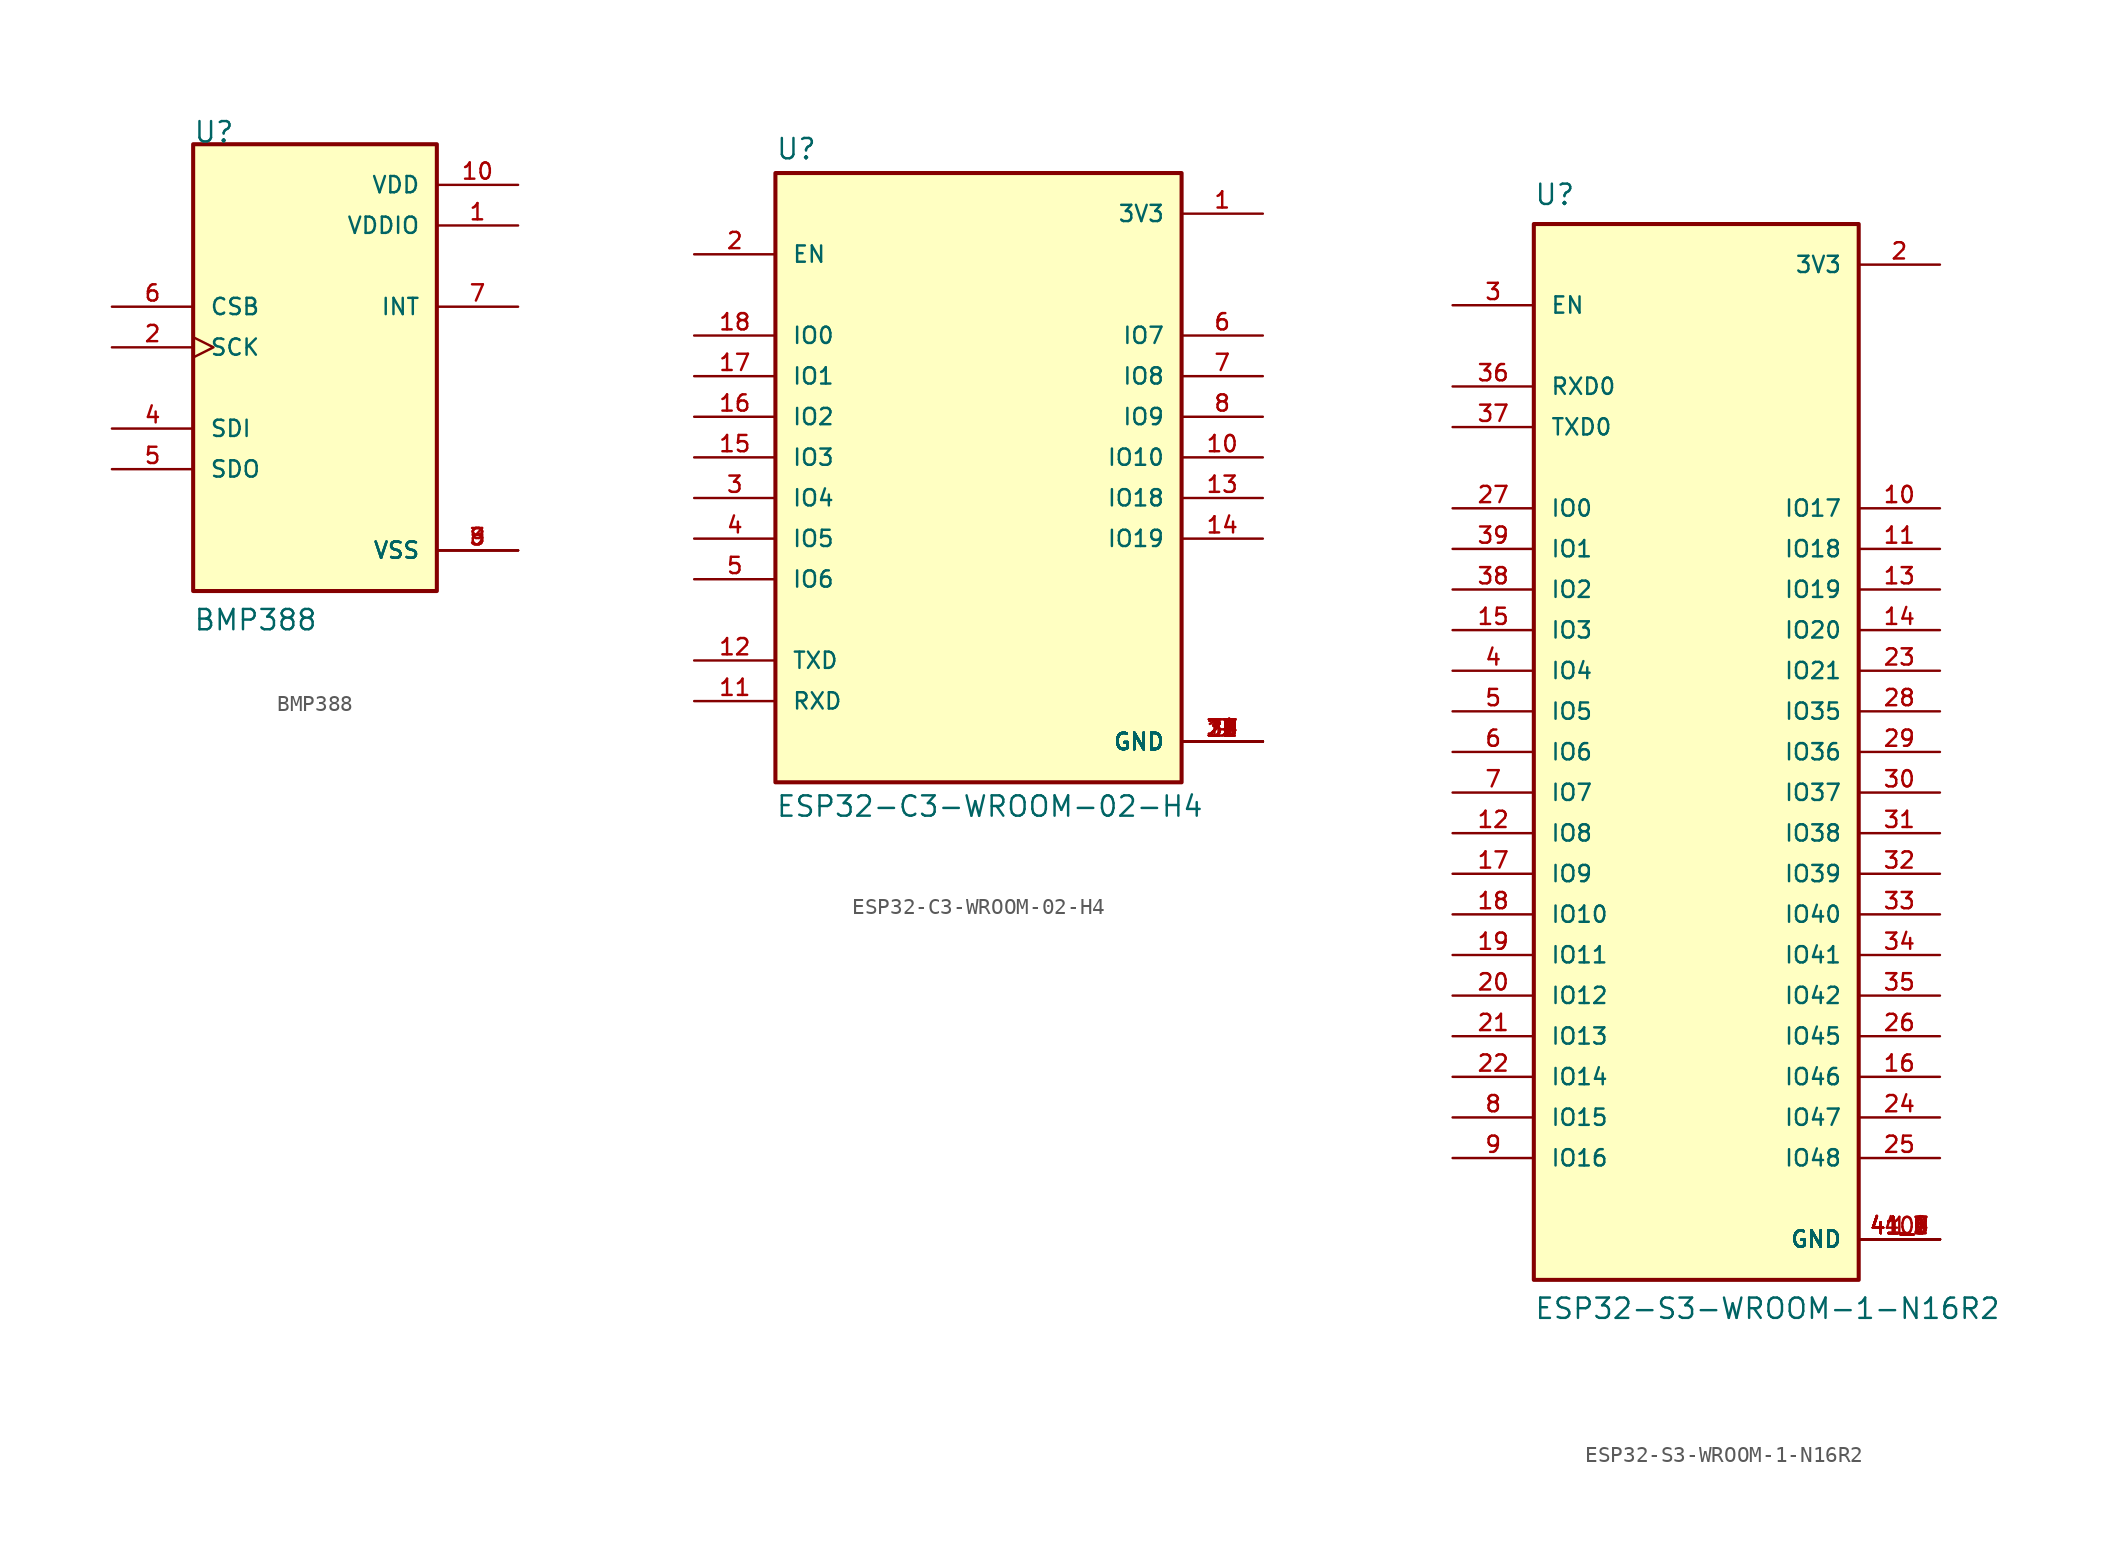
<source format=kicad_sym>
(kicad_symbol_lib
  (version 20211014)
  (generator kicad_symbol_editor)
  (symbol "BMP388"
    (pin_names
      (offset 1.016))
    (property "Reference" "U"
      (at -7.628 15.256 0)
      (effects (font (size 1.27 1.27)) (justify left bottom)))
    (property "Value" "BMP388"
      (at -7.627 -15.254 0)
      (effects (font (size 1.27 1.27)) (justify left bottom)))
    (symbol "BMP388_0_0"
      (rectangle (start -7.62 -12.7) (end 7.62 15.24) (stroke (width 0.254) (type default) (color 0 0 0 0)) (fill (type background)))
      (pin power_in line (at 12.7 10.16 180) (length 5.08) (name "VDDIO" (effects (font (size 1.016 1.016)))) (number "1" (effects (font (size 1.016 1.016)))))
      (pin power_in line (at 12.7 12.7 180) (length 5.08) (name "VDD" (effects (font (size 1.016 1.016)))) (number "10" (effects (font (size 1.016 1.016)))))
      (pin input clock (at -12.7 2.54 0) (length 5.08) (name "SCK" (effects (font (size 1.016 1.016)))) (number "2" (effects (font (size 1.016 1.016)))))
      (pin power_in line (at 12.7 -10.16 180) (length 5.08) (name "VSS" (effects (font (size 1.016 1.016)))) (number "3" (effects (font (size 1.016 1.016)))))
      (pin bidirectional line (at -12.7 -2.54 0) (length 5.08) (name "SDI" (effects (font (size 1.016 1.016)))) (number "4" (effects (font (size 1.016 1.016)))))
      (pin bidirectional line (at -12.7 -5.08 0) (length 5.08) (name "SDO" (effects (font (size 1.016 1.016)))) (number "5" (effects (font (size 1.016 1.016)))))
      (pin input line (at -12.7 5.08 0) (length 5.08) (name "CSB" (effects (font (size 1.016 1.016)))) (number "6" (effects (font (size 1.016 1.016)))))
      (pin output line (at 12.7 5.08 180) (length 5.08) (name "INT" (effects (font (size 1.016 1.016)))) (number "7" (effects (font (size 1.016 1.016)))))
      (pin power_in line (at 12.7 -10.16 180) (length 5.08) (name "VSS" (effects (font (size 1.016 1.016)))) (number "8" (effects (font (size 1.016 1.016)))))
      (pin power_in line (at 12.7 -10.16 180) (length 5.08) (name "VSS" (effects (font (size 1.016 1.016)))) (number "9" (effects (font (size 1.016 1.016)))))))
  (symbol "ESP32-C3-WROOM-02-H4"
    (pin_names
      (offset 1.016))
    (property "Reference" "U"
      (at -12.7 21.082 0)
      (effects (font (size 1.27 1.27)) (justify left bottom)))
    (property "Value" "ESP32-C3-WROOM-02-H4"
      (at -12.7 -18.542 0)
      (effects (font (size 1.27 1.27)) (justify left top)))
    (symbol "ESP32-C3-WROOM-02-H4_0_0"
      (rectangle (start -12.7 -17.78) (end 12.7 20.32) (stroke (width 0.254) (type default) (color 0 0 0 0)) (fill (type background)))
      (pin power_in line (at 17.78 17.78 180) (length 5.08) (name "3V3" (effects (font (size 1.016 1.016)))) (number "1" (effects (font (size 1.016 1.016)))))
      (pin bidirectional line (at 17.78 2.54 180) (length 5.08) (name "IO10" (effects (font (size 1.016 1.016)))) (number "10" (effects (font (size 1.016 1.016)))))
      (pin bidirectional line (at -17.78 -12.7 0) (length 5.08) (name "RXD" (effects (font (size 1.016 1.016)))) (number "11" (effects (font (size 1.016 1.016)))))
      (pin bidirectional line (at -17.78 -10.16 0) (length 5.08) (name "TXD" (effects (font (size 1.016 1.016)))) (number "12" (effects (font (size 1.016 1.016)))))
      (pin bidirectional line (at 17.78 0 180) (length 5.08) (name "IO18" (effects (font (size 1.016 1.016)))) (number "13" (effects (font (size 1.016 1.016)))))
      (pin bidirectional line (at 17.78 -2.54 180) (length 5.08) (name "IO19" (effects (font (size 1.016 1.016)))) (number "14" (effects (font (size 1.016 1.016)))))
      (pin bidirectional line (at -17.78 2.54 0) (length 5.08) (name "IO3" (effects (font (size 1.016 1.016)))) (number "15" (effects (font (size 1.016 1.016)))))
      (pin bidirectional line (at -17.78 5.08 0) (length 5.08) (name "IO2" (effects (font (size 1.016 1.016)))) (number "16" (effects (font (size 1.016 1.016)))))
      (pin bidirectional line (at -17.78 7.62 0) (length 5.08) (name "IO1" (effects (font (size 1.016 1.016)))) (number "17" (effects (font (size 1.016 1.016)))))
      (pin bidirectional line (at -17.78 10.16 0) (length 5.08) (name "IO0" (effects (font (size 1.016 1.016)))) (number "18" (effects (font (size 1.016 1.016)))))
      (pin power_in line (at 17.78 -15.24 180) (length 5.08) (name "GND" (effects (font (size 1.016 1.016)))) (number "19" (effects (font (size 1.016 1.016)))))
      (pin input line (at -17.78 15.24 0) (length 5.08) (name "EN" (effects (font (size 1.016 1.016)))) (number "2" (effects (font (size 1.016 1.016)))))
      (pin power_in line (at 17.78 -15.24 180) (length 5.08) (name "GND" (effects (font (size 1.016 1.016)))) (number "20" (effects (font (size 1.016 1.016)))))
      (pin power_in line (at 17.78 -15.24 180) (length 5.08) (name "GND" (effects (font (size 1.016 1.016)))) (number "21" (effects (font (size 1.016 1.016)))))
      (pin power_in line (at 17.78 -15.24 180) (length 5.08) (name "GND" (effects (font (size 1.016 1.016)))) (number "22" (effects (font (size 1.016 1.016)))))
      (pin power_in line (at 17.78 -15.24 180) (length 5.08) (name "GND" (effects (font (size 1.016 1.016)))) (number "23" (effects (font (size 1.016 1.016)))))
      (pin power_in line (at 17.78 -15.24 180) (length 5.08) (name "GND" (effects (font (size 1.016 1.016)))) (number "24" (effects (font (size 1.016 1.016)))))
      (pin power_in line (at 17.78 -15.24 180) (length 5.08) (name "GND" (effects (font (size 1.016 1.016)))) (number "25" (effects (font (size 1.016 1.016)))))
      (pin power_in line (at 17.78 -15.24 180) (length 5.08) (name "GND" (effects (font (size 1.016 1.016)))) (number "26" (effects (font (size 1.016 1.016)))))
      (pin power_in line (at 17.78 -15.24 180) (length 5.08) (name "GND" (effects (font (size 1.016 1.016)))) (number "27" (effects (font (size 1.016 1.016)))))
      (pin power_in line (at 17.78 -15.24 180) (length 5.08) (name "GND" (effects (font (size 1.016 1.016)))) (number "28" (effects (font (size 1.016 1.016)))))
      (pin power_in line (at 17.78 -15.24 180) (length 5.08) (name "GND" (effects (font (size 1.016 1.016)))) (number "29" (effects (font (size 1.016 1.016)))))
      (pin bidirectional line (at -17.78 0 0) (length 5.08) (name "IO4" (effects (font (size 1.016 1.016)))) (number "3" (effects (font (size 1.016 1.016)))))
      (pin power_in line (at 17.78 -15.24 180) (length 5.08) (name "GND" (effects (font (size 1.016 1.016)))) (number "30" (effects (font (size 1.016 1.016)))))
      (pin power_in line (at 17.78 -15.24 180) (length 5.08) (name "GND" (effects (font (size 1.016 1.016)))) (number "31" (effects (font (size 1.016 1.016)))))
      (pin power_in line (at 17.78 -15.24 180) (length 5.08) (name "GND" (effects (font (size 1.016 1.016)))) (number "32" (effects (font (size 1.016 1.016)))))
      (pin power_in line (at 17.78 -15.24 180) (length 5.08) (name "GND" (effects (font (size 1.016 1.016)))) (number "33" (effects (font (size 1.016 1.016)))))
      (pin power_in line (at 17.78 -15.24 180) (length 5.08) (name "GND" (effects (font (size 1.016 1.016)))) (number "34" (effects (font (size 1.016 1.016)))))
      (pin power_in line (at 17.78 -15.24 180) (length 5.08) (name "GND" (effects (font (size 1.016 1.016)))) (number "35" (effects (font (size 1.016 1.016)))))
      (pin power_in line (at 17.78 -15.24 180) (length 5.08) (name "GND" (effects (font (size 1.016 1.016)))) (number "36" (effects (font (size 1.016 1.016)))))
      (pin power_in line (at 17.78 -15.24 180) (length 5.08) (name "GND" (effects (font (size 1.016 1.016)))) (number "37" (effects (font (size 1.016 1.016)))))
      (pin power_in line (at 17.78 -15.24 180) (length 5.08) (name "GND" (effects (font (size 1.016 1.016)))) (number "38" (effects (font (size 1.016 1.016)))))
      (pin power_in line (at 17.78 -15.24 180) (length 5.08) (name "GND" (effects (font (size 1.016 1.016)))) (number "39" (effects (font (size 1.016 1.016)))))
      (pin bidirectional line (at -17.78 -2.54 0) (length 5.08) (name "IO5" (effects (font (size 1.016 1.016)))) (number "4" (effects (font (size 1.016 1.016)))))
      (pin bidirectional line (at -17.78 -5.08 0) (length 5.08) (name "IO6" (effects (font (size 1.016 1.016)))) (number "5" (effects (font (size 1.016 1.016)))))
      (pin bidirectional line (at 17.78 10.16 180) (length 5.08) (name "IO7" (effects (font (size 1.016 1.016)))) (number "6" (effects (font (size 1.016 1.016)))))
      (pin bidirectional line (at 17.78 7.62 180) (length 5.08) (name "IO8" (effects (font (size 1.016 1.016)))) (number "7" (effects (font (size 1.016 1.016)))))
      (pin bidirectional line (at 17.78 5.08 180) (length 5.08) (name "IO9" (effects (font (size 1.016 1.016)))) (number "8" (effects (font (size 1.016 1.016)))))
      (pin power_in line (at 17.78 -15.24 180) (length 5.08) (name "GND" (effects (font (size 1.016 1.016)))) (number "9" (effects (font (size 1.016 1.016)))))))
  (symbol "ESP32-S3-WROOM-1-N16R2"
    (pin_names
      (offset 1.016))
    (property "Reference" "U"
      (at -10.16 34.112 0)
      (effects (font (size 1.27 1.27)) (justify left bottom)))
    (property "Value" "ESP32-S3-WROOM-1-N16R2"
      (at -10.16 -35.56 0)
      (effects (font (size 1.27 1.27)) (justify left bottom)))
    (symbol "ESP32-S3-WROOM-1-N16R2_0_0"
      (rectangle (start -10.16 -33.02) (end 10.16 33.02) (stroke (width 0.254) (type default) (color 0 0 0 0)) (fill (type background)))
      (pin power_in line (at 15.24 -30.48 180) (length 5.08) (name "GND" (effects (font (size 1.016 1.016)))) (number "1" (effects (font (size 1.016 1.016)))))
      (pin bidirectional line (at 15.24 15.24 180) (length 5.08) (name "IO17" (effects (font (size 1.016 1.016)))) (number "10" (effects (font (size 1.016 1.016)))))
      (pin bidirectional line (at 15.24 12.7 180) (length 5.08) (name "IO18" (effects (font (size 1.016 1.016)))) (number "11" (effects (font (size 1.016 1.016)))))
      (pin bidirectional line (at -15.24 -5.08 0) (length 5.08) (name "IO8" (effects (font (size 1.016 1.016)))) (number "12" (effects (font (size 1.016 1.016)))))
      (pin bidirectional line (at 15.24 10.16 180) (length 5.08) (name "IO19" (effects (font (size 1.016 1.016)))) (number "13" (effects (font (size 1.016 1.016)))))
      (pin bidirectional line (at 15.24 7.62 180) (length 5.08) (name "IO20" (effects (font (size 1.016 1.016)))) (number "14" (effects (font (size 1.016 1.016)))))
      (pin bidirectional line (at -15.24 7.62 0) (length 5.08) (name "IO3" (effects (font (size 1.016 1.016)))) (number "15" (effects (font (size 1.016 1.016)))))
      (pin bidirectional line (at 15.24 -20.32 180) (length 5.08) (name "IO46" (effects (font (size 1.016 1.016)))) (number "16" (effects (font (size 1.016 1.016)))))
      (pin bidirectional line (at -15.24 -7.62 0) (length 5.08) (name "IO9" (effects (font (size 1.016 1.016)))) (number "17" (effects (font (size 1.016 1.016)))))
      (pin bidirectional line (at -15.24 -10.16 0) (length 5.08) (name "IO10" (effects (font (size 1.016 1.016)))) (number "18" (effects (font (size 1.016 1.016)))))
      (pin bidirectional line (at -15.24 -12.7 0) (length 5.08) (name "IO11" (effects (font (size 1.016 1.016)))) (number "19" (effects (font (size 1.016 1.016)))))
      (pin power_in line (at 15.24 30.48 180) (length 5.08) (name "3V3" (effects (font (size 1.016 1.016)))) (number "2" (effects (font (size 1.016 1.016)))))
      (pin bidirectional line (at -15.24 -15.24 0) (length 5.08) (name "IO12" (effects (font (size 1.016 1.016)))) (number "20" (effects (font (size 1.016 1.016)))))
      (pin bidirectional line (at -15.24 -17.78 0) (length 5.08) (name "IO13" (effects (font (size 1.016 1.016)))) (number "21" (effects (font (size 1.016 1.016)))))
      (pin bidirectional line (at -15.24 -20.32 0) (length 5.08) (name "IO14" (effects (font (size 1.016 1.016)))) (number "22" (effects (font (size 1.016 1.016)))))
      (pin bidirectional line (at 15.24 5.08 180) (length 5.08) (name "IO21" (effects (font (size 1.016 1.016)))) (number "23" (effects (font (size 1.016 1.016)))))
      (pin bidirectional line (at 15.24 -22.86 180) (length 5.08) (name "IO47" (effects (font (size 1.016 1.016)))) (number "24" (effects (font (size 1.016 1.016)))))
      (pin bidirectional line (at 15.24 -25.4 180) (length 5.08) (name "IO48" (effects (font (size 1.016 1.016)))) (number "25" (effects (font (size 1.016 1.016)))))
      (pin bidirectional line (at 15.24 -17.78 180) (length 5.08) (name "IO45" (effects (font (size 1.016 1.016)))) (number "26" (effects (font (size 1.016 1.016)))))
      (pin bidirectional line (at -15.24 15.24 0) (length 5.08) (name "IO0" (effects (font (size 1.016 1.016)))) (number "27" (effects (font (size 1.016 1.016)))))
      (pin bidirectional line (at 15.24 2.54 180) (length 5.08) (name "IO35" (effects (font (size 1.016 1.016)))) (number "28" (effects (font (size 1.016 1.016)))))
      (pin bidirectional line (at 15.24 0 180) (length 5.08) (name "IO36" (effects (font (size 1.016 1.016)))) (number "29" (effects (font (size 1.016 1.016)))))
      (pin input line (at -15.24 27.94 0) (length 5.08) (name "EN" (effects (font (size 1.016 1.016)))) (number "3" (effects (font (size 1.016 1.016)))))
      (pin bidirectional line (at 15.24 -2.54 180) (length 5.08) (name "IO37" (effects (font (size 1.016 1.016)))) (number "30" (effects (font (size 1.016 1.016)))))
      (pin bidirectional line (at 15.24 -5.08 180) (length 5.08) (name "IO38" (effects (font (size 1.016 1.016)))) (number "31" (effects (font (size 1.016 1.016)))))
      (pin bidirectional line (at 15.24 -7.62 180) (length 5.08) (name "IO39" (effects (font (size 1.016 1.016)))) (number "32" (effects (font (size 1.016 1.016)))))
      (pin bidirectional line (at 15.24 -10.16 180) (length 5.08) (name "IO40" (effects (font (size 1.016 1.016)))) (number "33" (effects (font (size 1.016 1.016)))))
      (pin bidirectional line (at 15.24 -12.7 180) (length 5.08) (name "IO41" (effects (font (size 1.016 1.016)))) (number "34" (effects (font (size 1.016 1.016)))))
      (pin bidirectional line (at 15.24 -15.24 180) (length 5.08) (name "IO42" (effects (font (size 1.016 1.016)))) (number "35" (effects (font (size 1.016 1.016)))))
      (pin bidirectional line (at -15.24 22.86 0) (length 5.08) (name "RXD0" (effects (font (size 1.016 1.016)))) (number "36" (effects (font (size 1.016 1.016)))))
      (pin bidirectional line (at -15.24 20.32 0) (length 5.08) (name "TXD0" (effects (font (size 1.016 1.016)))) (number "37" (effects (font (size 1.016 1.016)))))
      (pin bidirectional line (at -15.24 10.16 0) (length 5.08) (name "IO2" (effects (font (size 1.016 1.016)))) (number "38" (effects (font (size 1.016 1.016)))))
      (pin bidirectional line (at -15.24 12.7 0) (length 5.08) (name "IO1" (effects (font (size 1.016 1.016)))) (number "39" (effects (font (size 1.016 1.016)))))
      (pin bidirectional line (at -15.24 5.08 0) (length 5.08) (name "IO4" (effects (font (size 1.016 1.016)))) (number "4" (effects (font (size 1.016 1.016)))))
      (pin power_in line (at 15.24 -30.48 180) (length 5.08) (name "GND" (effects (font (size 1.016 1.016)))) (number "40" (effects (font (size 1.016 1.016)))))
      (pin power_in line (at 15.24 -30.48 180) (length 5.08) (name "GND" (effects (font (size 1.016 1.016)))) (number "41_1" (effects (font (size 1.016 1.016)))))
      (pin power_in line (at 15.24 -30.48 180) (length 5.08) (name "GND" (effects (font (size 1.016 1.016)))) (number "41_2" (effects (font (size 1.016 1.016)))))
      (pin power_in line (at 15.24 -30.48 180) (length 5.08) (name "GND" (effects (font (size 1.016 1.016)))) (number "41_3" (effects (font (size 1.016 1.016)))))
      (pin power_in line (at 15.24 -30.48 180) (length 5.08) (name "GND" (effects (font (size 1.016 1.016)))) (number "41_4" (effects (font (size 1.016 1.016)))))
      (pin power_in line (at 15.24 -30.48 180) (length 5.08) (name "GND" (effects (font (size 1.016 1.016)))) (number "41_5" (effects (font (size 1.016 1.016)))))
      (pin power_in line (at 15.24 -30.48 180) (length 5.08) (name "GND" (effects (font (size 1.016 1.016)))) (number "41_6" (effects (font (size 1.016 1.016)))))
      (pin power_in line (at 15.24 -30.48 180) (length 5.08) (name "GND" (effects (font (size 1.016 1.016)))) (number "41_7" (effects (font (size 1.016 1.016)))))
      (pin power_in line (at 15.24 -30.48 180) (length 5.08) (name "GND" (effects (font (size 1.016 1.016)))) (number "41_8" (effects (font (size 1.016 1.016)))))
      (pin power_in line (at 15.24 -30.48 180) (length 5.08) (name "GND" (effects (font (size 1.016 1.016)))) (number "41_9" (effects (font (size 1.016 1.016)))))
      (pin bidirectional line (at -15.24 2.54 0) (length 5.08) (name "IO5" (effects (font (size 1.016 1.016)))) (number "5" (effects (font (size 1.016 1.016)))))
      (pin bidirectional line (at -15.24 0 0) (length 5.08) (name "IO6" (effects (font (size 1.016 1.016)))) (number "6" (effects (font (size 1.016 1.016)))))
      (pin bidirectional line (at -15.24 -2.54 0) (length 5.08) (name "IO7" (effects (font (size 1.016 1.016)))) (number "7" (effects (font (size 1.016 1.016)))))
      (pin bidirectional line (at -15.24 -22.86 0) (length 5.08) (name "IO15" (effects (font (size 1.016 1.016)))) (number "8" (effects (font (size 1.016 1.016)))))
      (pin bidirectional line (at -15.24 -25.4 0) (length 5.08) (name "IO16" (effects (font (size 1.016 1.016)))) (number "9" (effects (font (size 1.016 1.016))))))))
</source>
